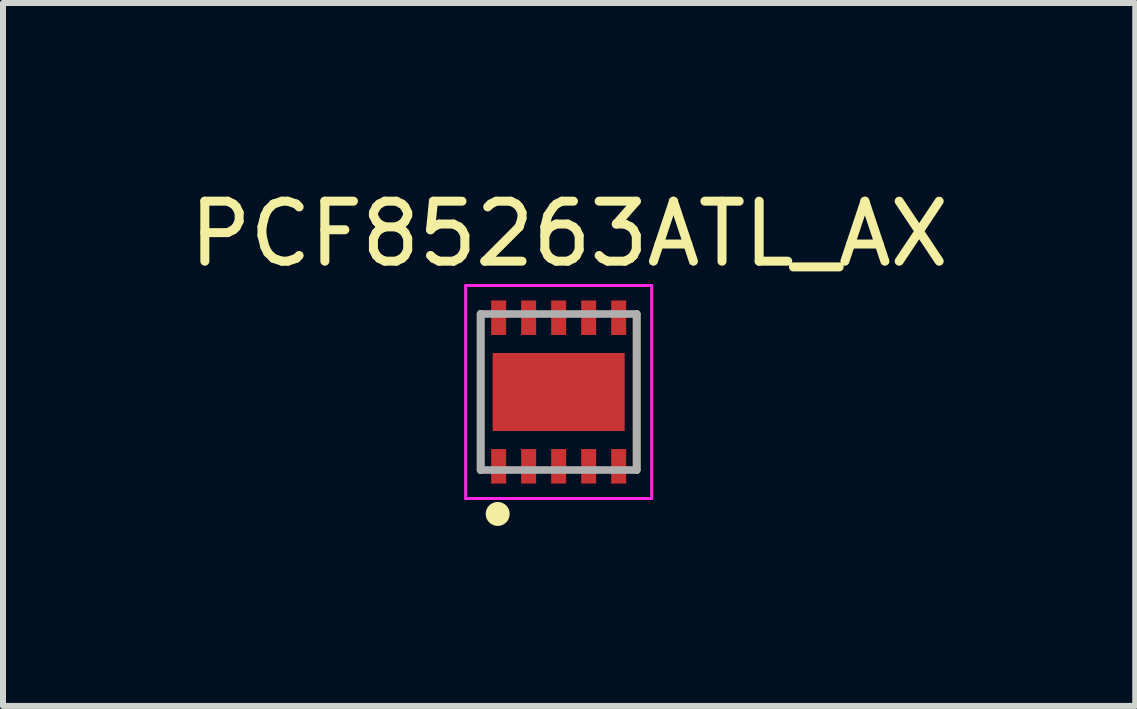
<source format=kicad_pcb>
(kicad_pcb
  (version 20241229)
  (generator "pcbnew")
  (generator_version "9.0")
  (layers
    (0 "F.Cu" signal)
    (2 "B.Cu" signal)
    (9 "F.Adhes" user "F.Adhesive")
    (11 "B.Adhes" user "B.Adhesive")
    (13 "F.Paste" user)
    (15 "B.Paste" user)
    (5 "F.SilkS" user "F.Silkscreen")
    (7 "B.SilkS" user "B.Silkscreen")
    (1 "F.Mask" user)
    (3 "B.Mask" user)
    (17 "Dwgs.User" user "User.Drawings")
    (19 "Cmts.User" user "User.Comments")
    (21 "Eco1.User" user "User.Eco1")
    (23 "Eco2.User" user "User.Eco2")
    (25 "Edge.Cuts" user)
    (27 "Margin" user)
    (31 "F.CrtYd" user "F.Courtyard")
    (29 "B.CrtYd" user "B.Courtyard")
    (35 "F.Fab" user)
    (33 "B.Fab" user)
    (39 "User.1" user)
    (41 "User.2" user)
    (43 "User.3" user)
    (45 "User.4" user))
  (footprint "PCF85263ATL_AX"
    (layer "F.Cu")
    (at 6.26 3.483)
    (property "Reference" "PCF85263ATL_AX" (at 0.175 -2.635 0) (layer "F.SilkS") (effects (font (size 1 1) (thickness 0.15))))
    (attr smd)
    (fp_line (start -1.3 -1.3) (end -1.3 1.3) (stroke (width 0.127) (type solid)) (layer "F.SilkS"))
    (fp_line (start 1.3 1.3) (end 1.3 -1.3) (stroke (width 0.127) (type solid)) (layer "F.SilkS"))
    (fp_circle (center -1.016 2.032) (end -0.916 2.032) (stroke (width 0.2) (type solid)) (fill no) (layer "F.SilkS"))
    (fp_poly (pts (xy -0.4 -0.2) (xy 0.4 -0.2) (xy 0.4 0.2) (xy -0.4 0.2)) (stroke (width 0.01) (type solid)) (fill yes) (layer "F.Paste"))
    (fp_line (start -1.55 -1.775) (end -1.55 1.775) (stroke (width 0.05) (type solid)) (layer "F.CrtYd"))
    (fp_line (start -1.55 1.775) (end 1.55 1.775) (stroke (width 0.05) (type solid)) (layer "F.CrtYd"))
    (fp_line (start 1.55 -1.775) (end -1.55 -1.775) (stroke (width 0.05) (type solid)) (layer "F.CrtYd"))
    (fp_line (start 1.55 1.775) (end 1.55 -1.775) (stroke (width 0.05) (type solid)) (layer "F.CrtYd"))
    (fp_line (start -1.3 -1.3) (end -1.3 1.3) (stroke (width 0.127) (type solid)) (layer "F.Fab"))
    (fp_line (start -1.3 1.3) (end 1.3 1.3) (stroke (width 0.127) (type solid)) (layer "F.Fab"))
    (fp_line (start 1.3 -1.3) (end -1.3 -1.3) (stroke (width 0.127) (type solid)) (layer "F.Fab"))
    (fp_line (start 1.3 1.3) (end 1.3 -1.3) (stroke (width 0.127) (type solid)) (layer "F.Fab"))
    (pad "1" smd rect (at -1 1.238) (size 0.25 0.575) (layers "F.Cu" "F.Mask" "F.Paste"))
    (pad "2" smd rect (at -0.5 1.238) (size 0.25 0.575) (layers "F.Cu" "F.Mask" "F.Paste"))
    (pad "3" smd rect (at 0 1.238) (size 0.25 0.575) (layers "F.Cu" "F.Mask" "F.Paste"))
    (pad "4" smd rect (at 0.5 1.238) (size 0.25 0.575) (layers "F.Cu" "F.Mask" "F.Paste"))
    (pad "5" smd rect (at 1 1.238) (size 0.25 0.575) (layers "F.Cu" "F.Mask" "F.Paste"))
    (pad "6" smd rect (at 1 -1.238 180) (size 0.25 0.575) (layers "F.Cu" "F.Mask" "F.Paste"))
    (pad "7" smd rect (at 0.5 -1.238 180) (size 0.25 0.575) (layers "F.Cu" "F.Mask" "F.Paste"))
    (pad "8" smd rect (at 0 -1.238 180) (size 0.25 0.575) (layers "F.Cu" "F.Mask" "F.Paste"))
    (pad "9" smd rect (at -0.5 -1.238 180) (size 0.25 0.575) (layers "F.Cu" "F.Mask" "F.Paste"))
    (pad "10" smd rect (at -1 -1.238 180) (size 0.25 0.575) (layers "F.Cu" "F.Mask" "F.Paste"))
    (pad "11" smd rect (at 0 0) (size 2.2 1.3) (layers "F.Cu" "F.Mask")))
  (gr_rect
    (start -3 -3)
    (end 15.869 8.715)
    (stroke (width 0.1) (type default))
    (fill no)
    (layer "Edge.Cuts")))
</source>
